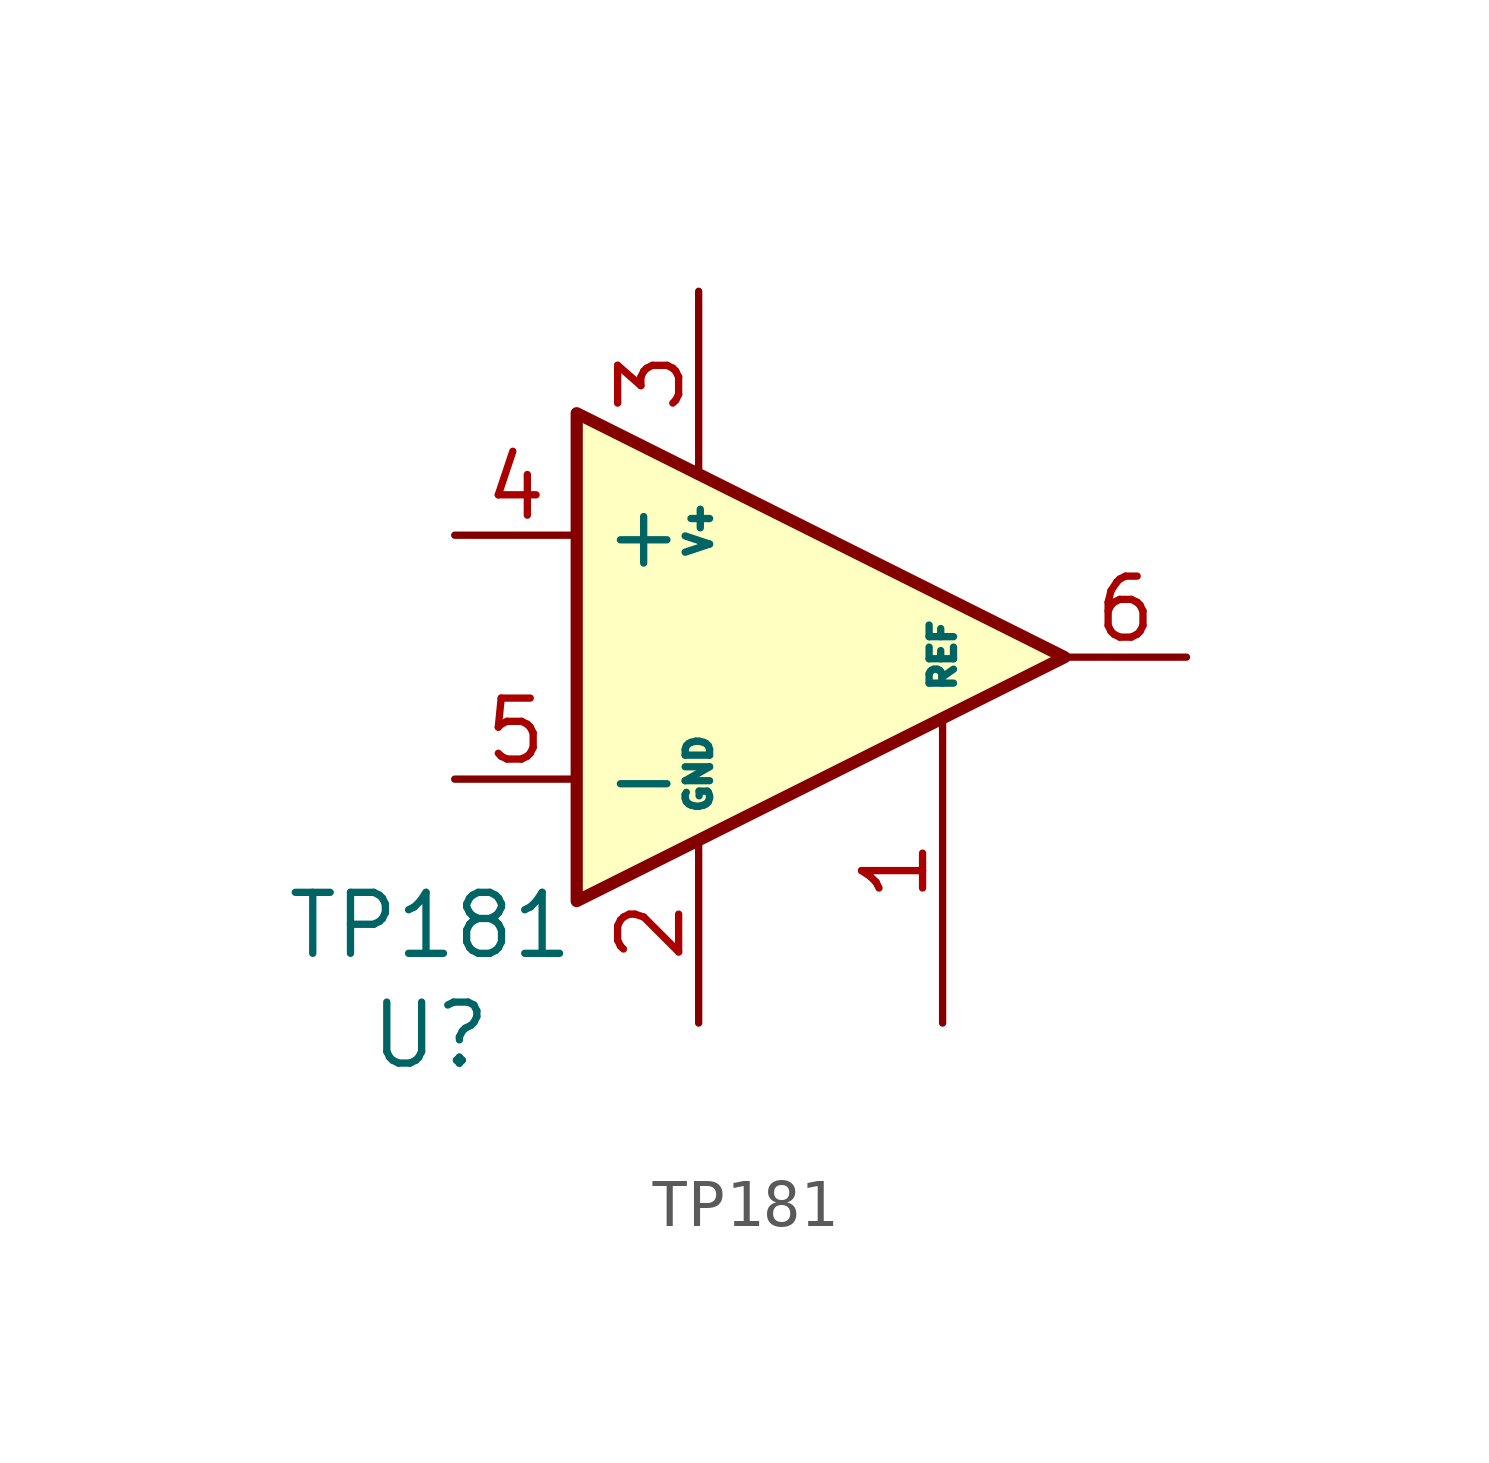
<source format=kicad_sym>
(kicad_symbol_lib
  (version 20211014)
  (generator kicad_symbol_editor)
  (symbol "TP181"
    (property "Reference" "U"
      (at -5.588 -7.874 0)
      (effects (font (size 1.27 1.27))))
    (property "Value" "TP181"
      (at -5.588 -5.588 0)
      (effects (font (size 1.27 1.27))))
    (symbol "TP181_0_1"
      (polyline (pts (xy 7.62 0) (xy -2.54 5.08) (xy -2.54 -5.08) (xy 7.62 0)) (stroke (width 0.254) (type default) (color 0 0 0 0)) (fill (type background))))
    (symbol "TP181_1_1"
      (pin input line (at 5.08 -7.62 90) (length 6.35) (name "REF" (effects (font (size 0.508 0.508)))) (number "1" (effects (font (size 1.27 1.27)))))
      (pin power_in line (at 0 -7.62 90) (length 3.81) (name "GND" (effects (font (size 0.508 0.508)))) (number "2" (effects (font (size 1.27 1.27)))))
      (pin power_in line (at 0 7.62 270) (length 3.81) (name "V+" (effects (font (size 0.508 0.508)))) (number "3" (effects (font (size 1.27 1.27)))))
      (pin input line (at -5.08 2.54 0) (length 2.54) (name "+" (effects (font (size 1.27 1.27)))) (number "4" (effects (font (size 1.27 1.27)))))
      (pin input line (at -5.08 -2.54 0) (length 2.54) (name "-" (effects (font (size 1.27 1.27)))) (number "5" (effects (font (size 1.27 1.27)))))
      (pin output line (at 10.16 0 180) (length 2.54) (name "~" (effects (font (size 1.27 1.27)))) (number "6" (effects (font (size 1.27 1.27))))))))
</source>
